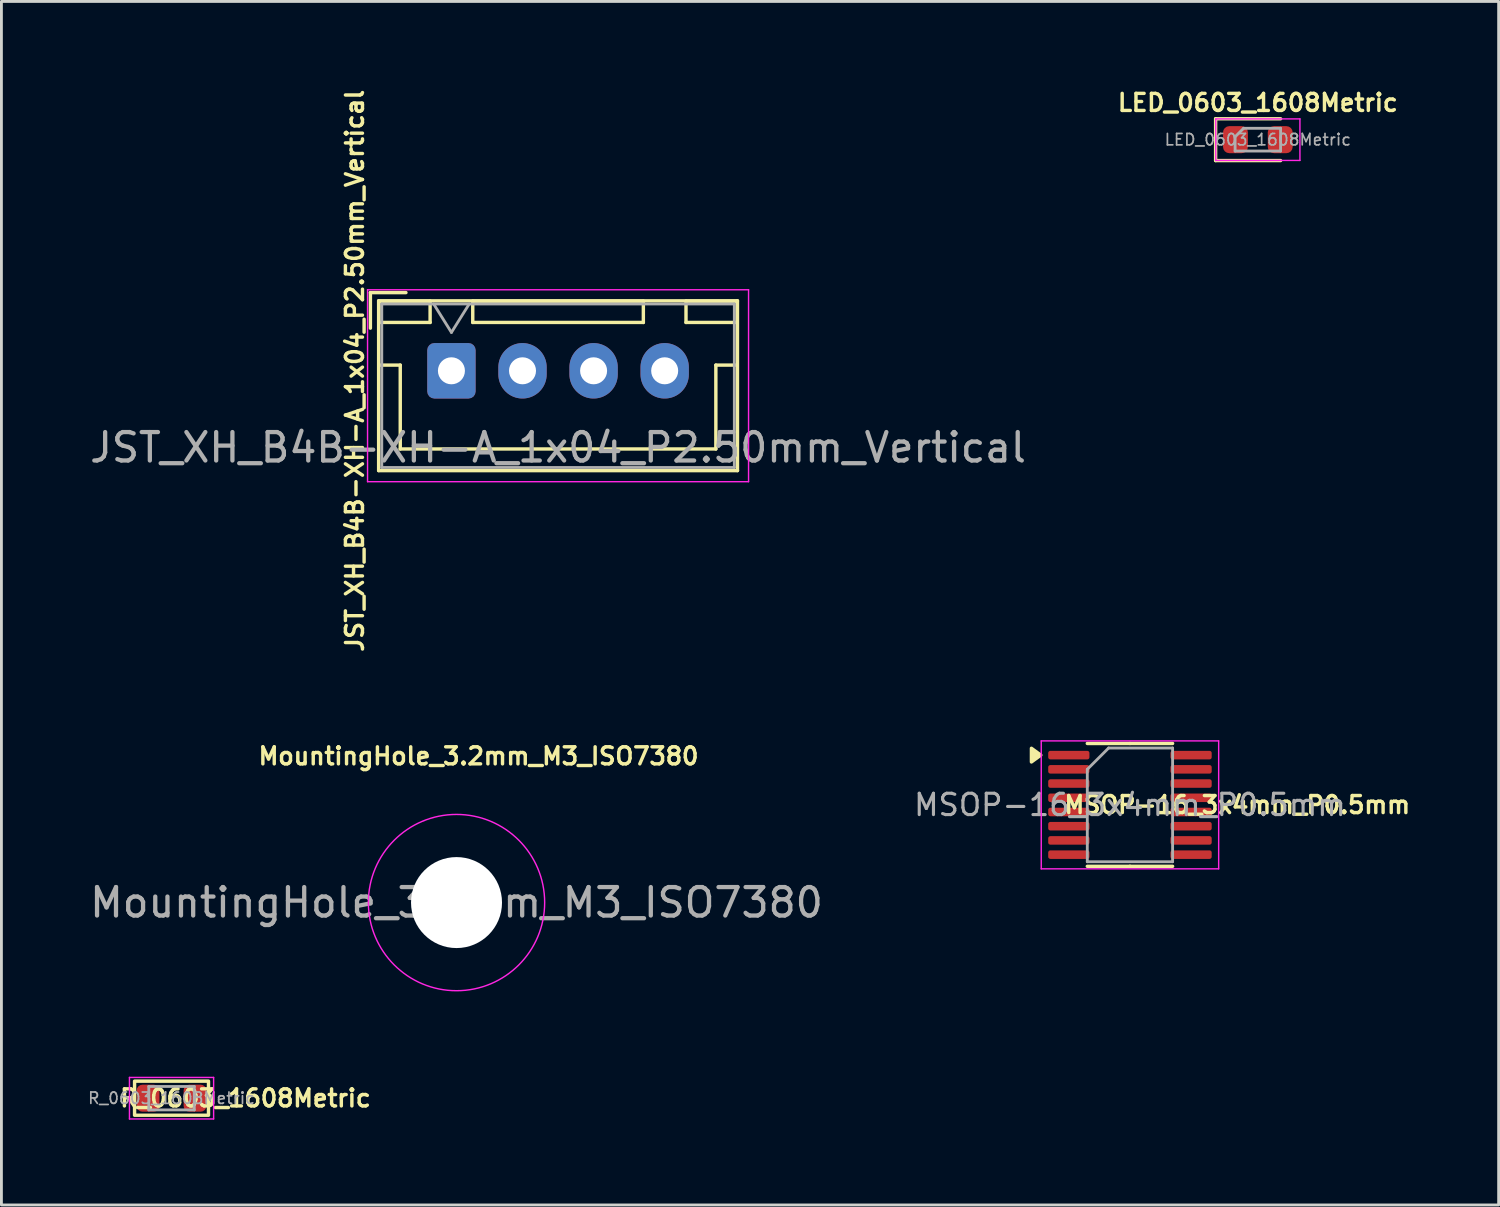
<source format=kicad_pcb>
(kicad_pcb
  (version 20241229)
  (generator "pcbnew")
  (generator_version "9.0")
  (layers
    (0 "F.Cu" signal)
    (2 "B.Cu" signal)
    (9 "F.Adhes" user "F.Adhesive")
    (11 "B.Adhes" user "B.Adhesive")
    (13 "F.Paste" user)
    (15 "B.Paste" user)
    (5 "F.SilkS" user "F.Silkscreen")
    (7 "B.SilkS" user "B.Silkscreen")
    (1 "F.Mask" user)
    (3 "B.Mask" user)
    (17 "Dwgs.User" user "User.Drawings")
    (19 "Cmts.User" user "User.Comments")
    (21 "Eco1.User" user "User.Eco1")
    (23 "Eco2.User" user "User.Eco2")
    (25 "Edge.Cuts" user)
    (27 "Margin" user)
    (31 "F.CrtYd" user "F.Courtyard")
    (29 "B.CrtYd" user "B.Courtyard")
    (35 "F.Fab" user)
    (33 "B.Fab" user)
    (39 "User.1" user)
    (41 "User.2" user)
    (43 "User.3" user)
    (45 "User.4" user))
  (footprint "MSOP-16_3x4mm_P0.5mm"
    (layer "F.Cu")
    (at 36.691 25.258)
    (property "Reference" "MSOP-16_3x4mm_P0.5mm" (at 3.775 0 0) (layer "F.SilkS") (effects (font (size 0.6 0.6) (thickness 0.12))))
    (attr smd)
    (fp_line (start 0 -2.16) (end -1.5 -2.16) (stroke (width 0.12) (type solid)) (layer "F.SilkS"))
    (fp_line (start 0 -2.16) (end 1.5 -2.16) (stroke (width 0.12) (type solid)) (layer "F.SilkS"))
    (fp_line (start 0 2.16) (end -1.5 2.16) (stroke (width 0.12) (type solid)) (layer "F.SilkS"))
    (fp_line (start 0 2.16) (end 1.5 2.16) (stroke (width 0.12) (type solid)) (layer "F.SilkS"))
    (fp_poly (pts (xy -3.135 -1.75) (xy -3.465 -1.99) (xy -3.465 -1.51) (xy -3.135 -1.75)) (stroke (width 0.12) (type solid)) (fill yes) (layer "F.SilkS"))
    (fp_line (start -3.12 -2.25) (end -3.12 2.25) (stroke (width 0.05) (type solid)) (layer "F.CrtYd"))
    (fp_line (start -3.12 2.25) (end 3.12 2.25) (stroke (width 0.05) (type solid)) (layer "F.CrtYd"))
    (fp_line (start 3.12 -2.25) (end -3.12 -2.25) (stroke (width 0.05) (type solid)) (layer "F.CrtYd"))
    (fp_line (start 3.12 2.25) (end 3.12 -2.25) (stroke (width 0.05) (type solid)) (layer "F.CrtYd"))
    (fp_line (start -1.5 -1.25) (end -0.75 -2) (stroke (width 0.1) (type solid)) (layer "F.Fab"))
    (fp_line (start -1.5 2) (end -1.5 -1.25) (stroke (width 0.1) (type solid)) (layer "F.Fab"))
    (fp_line (start -0.75 -2) (end 1.5 -2) (stroke (width 0.1) (type solid)) (layer "F.Fab"))
    (fp_line (start 1.5 -2) (end 1.5 2) (stroke (width 0.1) (type solid)) (layer "F.Fab"))
    (fp_line (start 1.5 2) (end -1.5 2) (stroke (width 0.1) (type solid)) (layer "F.Fab"))
    (fp_text user "${REFERENCE}" (at 0 0 0) (layer "F.Fab") (effects (font (size 0.75 0.75) (thickness 0.11))))
    (pad "1" smd roundrect (at -2.15 -1.75) (size 1.45 0.3) (layers "F.Cu" "F.Mask" "F.Paste") (roundrect_rratio 0.25))
    (pad "2" smd roundrect (at -2.15 -1.25) (size 1.45 0.3) (layers "F.Cu" "F.Mask" "F.Paste") (roundrect_rratio 0.25))
    (pad "3" smd roundrect (at -2.15 -0.75) (size 1.45 0.3) (layers "F.Cu" "F.Mask" "F.Paste") (roundrect_rratio 0.25))
    (pad "4" smd roundrect (at -2.15 -0.25) (size 1.45 0.3) (layers "F.Cu" "F.Mask" "F.Paste") (roundrect_rratio 0.25))
    (pad "5" smd roundrect (at -2.15 0.25) (size 1.45 0.3) (layers "F.Cu" "F.Mask" "F.Paste") (roundrect_rratio 0.25))
    (pad "6" smd roundrect (at -2.15 0.75) (size 1.45 0.3) (layers "F.Cu" "F.Mask" "F.Paste") (roundrect_rratio 0.25))
    (pad "7" smd roundrect (at -2.15 1.25) (size 1.45 0.3) (layers "F.Cu" "F.Mask" "F.Paste") (roundrect_rratio 0.25))
    (pad "8" smd roundrect (at -2.15 1.75) (size 1.45 0.3) (layers "F.Cu" "F.Mask" "F.Paste") (roundrect_rratio 0.25))
    (pad "9" smd roundrect (at 2.15 1.75) (size 1.45 0.3) (layers "F.Cu" "F.Mask" "F.Paste") (roundrect_rratio 0.25))
    (pad "10" smd roundrect (at 2.15 1.25) (size 1.45 0.3) (layers "F.Cu" "F.Mask" "F.Paste") (roundrect_rratio 0.25))
    (pad "11" smd roundrect (at 2.15 0.75) (size 1.45 0.3) (layers "F.Cu" "F.Mask" "F.Paste") (roundrect_rratio 0.25))
    (pad "12" smd roundrect (at 2.15 0.25) (size 1.45 0.3) (layers "F.Cu" "F.Mask" "F.Paste") (roundrect_rratio 0.25))
    (pad "13" smd roundrect (at 2.15 -0.25) (size 1.45 0.3) (layers "F.Cu" "F.Mask" "F.Paste") (roundrect_rratio 0.25))
    (pad "14" smd roundrect (at 2.15 -0.75) (size 1.45 0.3) (layers "F.Cu" "F.Mask" "F.Paste") (roundrect_rratio 0.25))
    (pad "15" smd roundrect (at 2.15 -1.25) (size 1.45 0.3) (layers "F.Cu" "F.Mask" "F.Paste") (roundrect_rratio 0.25))
    (pad "16" smd roundrect (at 2.15 -1.75) (size 1.45 0.3) (layers "F.Cu" "F.Mask" "F.Paste") (roundrect_rratio 0.25)))
  (footprint "JST_XH_B4B-XH-A_1x04_P2.50mm_Vertical"
    (layer "F.Cu")
    (at 12.827 9.991)
    (property "Reference" "JST_XH_B4B-XH-A_1x04_P2.50mm_Vertical" (at -3.4 0 270) (layer "F.SilkS") (effects (font (size 0.6 0.6) (thickness 0.12))))
    (attr through_hole)
    (fp_line (start -2.85 -2.75) (end -2.85 -1.5) (stroke (width 0.12) (type solid)) (layer "F.SilkS"))
    (fp_line (start -2.56 -2.46) (end -2.56 3.51) (stroke (width 0.12) (type solid)) (layer "F.SilkS"))
    (fp_line (start -2.56 3.51) (end 10.06 3.51) (stroke (width 0.12) (type solid)) (layer "F.SilkS"))
    (fp_line (start -2.55 -2.45) (end -2.55 -1.7) (stroke (width 0.12) (type solid)) (layer "F.SilkS"))
    (fp_line (start -2.55 -1.7) (end -0.75 -1.7) (stroke (width 0.12) (type solid)) (layer "F.SilkS"))
    (fp_line (start -2.55 -0.2) (end -1.8 -0.2) (stroke (width 0.12) (type solid)) (layer "F.SilkS"))
    (fp_line (start -1.8 -0.2) (end -1.8 2.75) (stroke (width 0.12) (type solid)) (layer "F.SilkS"))
    (fp_line (start -1.8 2.75) (end 3.75 2.75) (stroke (width 0.12) (type solid)) (layer "F.SilkS"))
    (fp_line (start -1.6 -2.75) (end -2.85 -2.75) (stroke (width 0.12) (type solid)) (layer "F.SilkS"))
    (fp_line (start -0.75 -2.45) (end -2.55 -2.45) (stroke (width 0.12) (type solid)) (layer "F.SilkS"))
    (fp_line (start -0.75 -1.7) (end -0.75 -2.45) (stroke (width 0.12) (type solid)) (layer "F.SilkS"))
    (fp_line (start 0.75 -2.45) (end 0.75 -1.7) (stroke (width 0.12) (type solid)) (layer "F.SilkS"))
    (fp_line (start 0.75 -1.7) (end 6.75 -1.7) (stroke (width 0.12) (type solid)) (layer "F.SilkS"))
    (fp_line (start 6.75 -2.45) (end 0.75 -2.45) (stroke (width 0.12) (type solid)) (layer "F.SilkS"))
    (fp_line (start 6.75 -1.7) (end 6.75 -2.45) (stroke (width 0.12) (type solid)) (layer "F.SilkS"))
    (fp_line (start 8.25 -2.45) (end 8.25 -1.7) (stroke (width 0.12) (type solid)) (layer "F.SilkS"))
    (fp_line (start 8.25 -1.7) (end 10.05 -1.7) (stroke (width 0.12) (type solid)) (layer "F.SilkS"))
    (fp_line (start 9.3 -0.2) (end 9.3 2.75) (stroke (width 0.12) (type solid)) (layer "F.SilkS"))
    (fp_line (start 9.3 2.75) (end 3.75 2.75) (stroke (width 0.12) (type solid)) (layer "F.SilkS"))
    (fp_line (start 10.05 -2.45) (end 8.25 -2.45) (stroke (width 0.12) (type solid)) (layer "F.SilkS"))
    (fp_line (start 10.05 -1.7) (end 10.05 -2.45) (stroke (width 0.12) (type solid)) (layer "F.SilkS"))
    (fp_line (start 10.05 -0.2) (end 9.3 -0.2) (stroke (width 0.12) (type solid)) (layer "F.SilkS"))
    (fp_line (start 10.06 -2.46) (end -2.56 -2.46) (stroke (width 0.12) (type solid)) (layer "F.SilkS"))
    (fp_line (start 10.06 3.51) (end 10.06 -2.46) (stroke (width 0.12) (type solid)) (layer "F.SilkS"))
    (fp_line (start -2.95 -2.85) (end -2.95 3.9) (stroke (width 0.05) (type solid)) (layer "F.CrtYd"))
    (fp_line (start -2.95 3.9) (end 10.45 3.9) (stroke (width 0.05) (type solid)) (layer "F.CrtYd"))
    (fp_line (start 10.45 -2.85) (end -2.95 -2.85) (stroke (width 0.05) (type solid)) (layer "F.CrtYd"))
    (fp_line (start 10.45 3.9) (end 10.45 -2.85) (stroke (width 0.05) (type solid)) (layer "F.CrtYd"))
    (fp_line (start -2.45 -2.35) (end -2.45 3.4) (stroke (width 0.1) (type solid)) (layer "F.Fab"))
    (fp_line (start -2.45 3.4) (end 9.95 3.4) (stroke (width 0.1) (type solid)) (layer "F.Fab"))
    (fp_line (start -0.625 -2.35) (end 0 -1.35) (stroke (width 0.1) (type solid)) (layer "F.Fab"))
    (fp_line (start 0 -1.35) (end 0.625 -2.35) (stroke (width 0.1) (type solid)) (layer "F.Fab"))
    (fp_line (start 9.95 -2.35) (end -2.45 -2.35) (stroke (width 0.1) (type solid)) (layer "F.Fab"))
    (fp_line (start 9.95 3.4) (end 9.95 -2.35) (stroke (width 0.1) (type solid)) (layer "F.Fab"))
    (fp_text user "${REFERENCE}" (at 3.75 2.7 0) (layer "F.Fab") (effects (font (size 1 1) (thickness 0.15))))
    (pad "1" thru_hole roundrect (at 0 0) (size 1.7 1.95) (drill 0.95) (layers "*.Cu" "*.Mask") (roundrect_rratio 0.147))
    (pad "2" thru_hole oval (at 2.5 0) (size 1.7 1.95) (drill 0.95) (layers "*.Cu" "*.Mask"))
    (pad "3" thru_hole oval (at 5 0) (size 1.7 1.95) (drill 0.95) (layers "*.Cu" "*.Mask"))
    (pad "4" thru_hole oval (at 7.5 0) (size 1.7 1.95) (drill 0.95) (layers "*.Cu" "*.Mask")))
  (footprint "R_0603_1608Metric"
    (layer "F.Cu")
    (at 2.983 35.574)
    (property "Reference" "R_0603_1608Metric" (at 2.6 0 0) (layer "F.SilkS") (effects (font (size 0.6 0.6) (thickness 0.12))))
    (attr smd)
    (fp_rect (start -1.3 -0.6) (end 1.3 0.6) (stroke (width 0.12) (type default)) (fill no) (layer "F.SilkS"))
    (fp_line (start -1.48 -0.73) (end 1.48 -0.73) (stroke (width 0.05) (type solid)) (layer "F.CrtYd"))
    (fp_line (start -1.48 0.73) (end -1.48 -0.73) (stroke (width 0.05) (type solid)) (layer "F.CrtYd"))
    (fp_line (start 1.48 -0.73) (end 1.48 0.73) (stroke (width 0.05) (type solid)) (layer "F.CrtYd"))
    (fp_line (start 1.48 0.73) (end -1.48 0.73) (stroke (width 0.05) (type solid)) (layer "F.CrtYd"))
    (fp_line (start -0.8 -0.412) (end 0.8 -0.412) (stroke (width 0.1) (type solid)) (layer "F.Fab"))
    (fp_line (start -0.8 0.412) (end -0.8 -0.412) (stroke (width 0.1) (type solid)) (layer "F.Fab"))
    (fp_line (start 0.8 -0.412) (end 0.8 0.412) (stroke (width 0.1) (type solid)) (layer "F.Fab"))
    (fp_line (start 0.8 0.412) (end -0.8 0.412) (stroke (width 0.1) (type solid)) (layer "F.Fab"))
    (fp_text user "${REFERENCE}" (at 0 0 0) (layer "F.Fab") (effects (font (size 0.4 0.4) (thickness 0.06))))
    (pad "1" smd roundrect (at -0.825 0) (size 0.8 0.95) (layers "F.Cu" "F.Mask" "F.Paste") (roundrect_rratio 0.25))
    (pad "2" smd roundrect (at 0.825 0) (size 0.8 0.95) (layers "F.Cu" "F.Mask" "F.Paste") (roundrect_rratio 0.25)))
  (footprint "MountingHole_3.2mm_M3_ISO7380"
    (layer "F.Cu")
    (at 13.006 28.694)
    (property "Reference" "MountingHole_3.2mm_M3_ISO7380" (at 0.775 -5.15 0) (layer "F.SilkS") (effects (font (size 0.6 0.6) (thickness 0.12))))
    (attr exclude_from_pos_files exclude_from_bom)
    (fp_circle (center 0 0) (end 3.1 0) (stroke (width 0.05) (type solid)) (fill no) (layer "F.CrtYd"))
    (fp_text user "${REFERENCE}" (at 0 0 0) (layer "F.Fab") (effects (font (size 1 1) (thickness 0.15))))
    (pad "" np_thru_hole circle (at 0 0) (size 3.2 3.2) (drill 3.2) (layers "*.Cu" "*.Mask"))
    (zone (net_name "") (layers "F.Cu" "B.Cu") (hatch edge 0.5) (connect_pads) (min_thickness 0.25) (filled_areas_thickness no) (keepout (tracks allowed) (vias allowed) (pads allowed) (copperpour not_allowed) (footprints allowed)) (placement (enabled no)) (fill) (polygon (pts (arc (start 10.155952 28.694462) (mid 15.855952 28.694462) (end 10.155952 28.694462))))))
  (footprint "LED_0603_1608Metric"
    (layer "F.Cu")
    (at 41.189 1.862)
    (property "Reference" "LED_0603_1608Metric" (at 0 -1.3 180) (layer "F.SilkS") (effects (font (size 0.6 0.6) (thickness 0.12))))
    (attr smd)
    (fp_line (start -1.485 -0.735) (end -1.485 0.735) (stroke (width 0.12) (type solid)) (layer "F.SilkS"))
    (fp_line (start -1.485 0.735) (end 0.8 0.735) (stroke (width 0.12) (type solid)) (layer "F.SilkS"))
    (fp_line (start 0.8 -0.735) (end -1.485 -0.735) (stroke (width 0.12) (type solid)) (layer "F.SilkS"))
    (fp_line (start -1.48 -0.73) (end 1.48 -0.73) (stroke (width 0.05) (type solid)) (layer "F.CrtYd"))
    (fp_line (start -1.48 0.73) (end -1.48 -0.73) (stroke (width 0.05) (type solid)) (layer "F.CrtYd"))
    (fp_line (start 1.48 -0.73) (end 1.48 0.73) (stroke (width 0.05) (type solid)) (layer "F.CrtYd"))
    (fp_line (start 1.48 0.73) (end -1.48 0.73) (stroke (width 0.05) (type solid)) (layer "F.CrtYd"))
    (fp_line (start -0.8 -0.1) (end -0.8 0.4) (stroke (width 0.1) (type solid)) (layer "F.Fab"))
    (fp_line (start -0.8 0.4) (end 0.8 0.4) (stroke (width 0.1) (type solid)) (layer "F.Fab"))
    (fp_line (start -0.5 -0.4) (end -0.8 -0.1) (stroke (width 0.1) (type solid)) (layer "F.Fab"))
    (fp_line (start 0.8 -0.4) (end -0.5 -0.4) (stroke (width 0.1) (type solid)) (layer "F.Fab"))
    (fp_line (start 0.8 0.4) (end 0.8 -0.4) (stroke (width 0.1) (type solid)) (layer "F.Fab"))
    (fp_text user "${REFERENCE}" (at 0 0 180) (layer "F.Fab") (effects (font (size 0.4 0.4) (thickness 0.06))))
    (pad "1" smd roundrect (at -0.787 0) (size 0.875 0.95) (layers "F.Cu" "F.Mask" "F.Paste") (roundrect_rratio 0.25))
    (pad "2" smd roundrect (at 0.787 0) (size 0.875 0.95) (layers "F.Cu" "F.Mask" "F.Paste") (roundrect_rratio 0.25)))
  (gr_rect
    (start -3 -3)
    (end 49.658 39.329)
    (stroke (width 0.1) (type default))
    (fill no)
    (layer "Edge.Cuts")))
</source>
